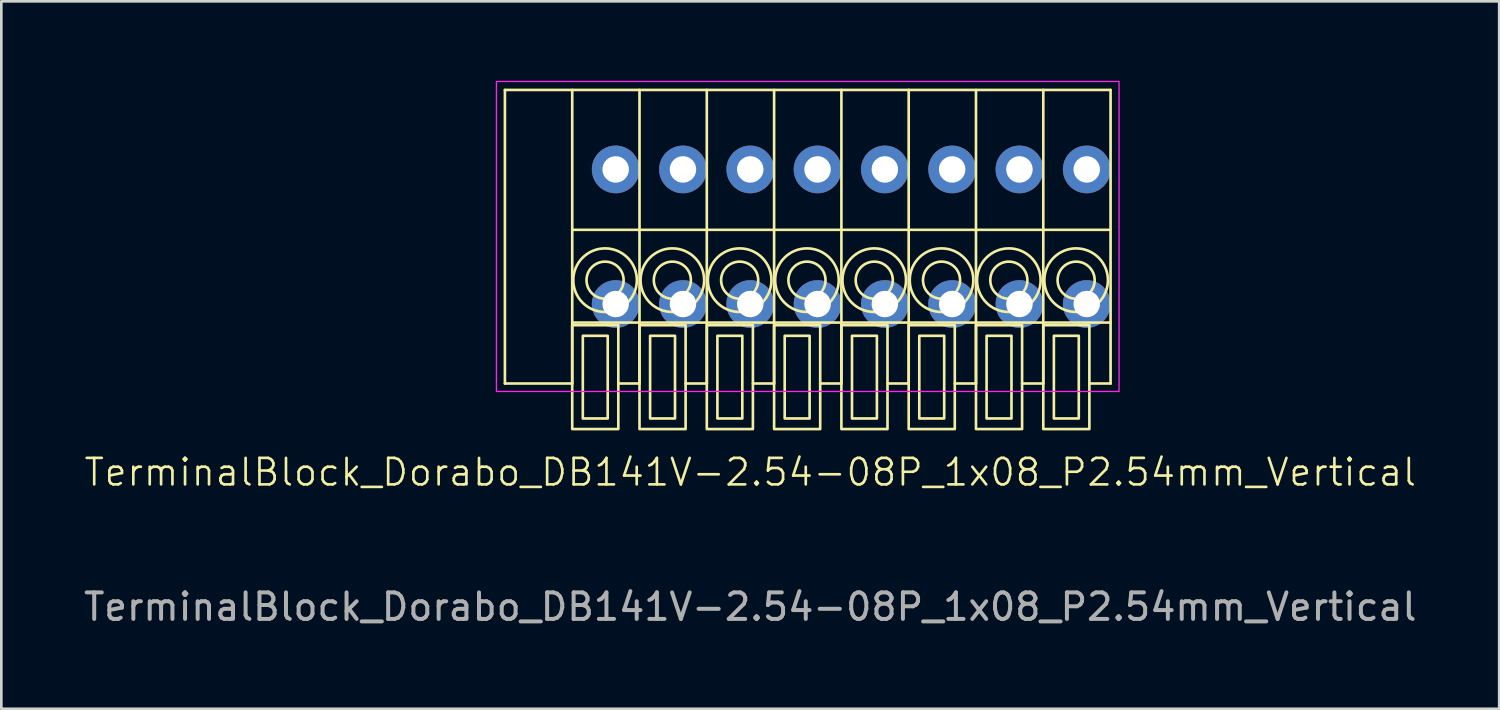
<source format=kicad_pcb>
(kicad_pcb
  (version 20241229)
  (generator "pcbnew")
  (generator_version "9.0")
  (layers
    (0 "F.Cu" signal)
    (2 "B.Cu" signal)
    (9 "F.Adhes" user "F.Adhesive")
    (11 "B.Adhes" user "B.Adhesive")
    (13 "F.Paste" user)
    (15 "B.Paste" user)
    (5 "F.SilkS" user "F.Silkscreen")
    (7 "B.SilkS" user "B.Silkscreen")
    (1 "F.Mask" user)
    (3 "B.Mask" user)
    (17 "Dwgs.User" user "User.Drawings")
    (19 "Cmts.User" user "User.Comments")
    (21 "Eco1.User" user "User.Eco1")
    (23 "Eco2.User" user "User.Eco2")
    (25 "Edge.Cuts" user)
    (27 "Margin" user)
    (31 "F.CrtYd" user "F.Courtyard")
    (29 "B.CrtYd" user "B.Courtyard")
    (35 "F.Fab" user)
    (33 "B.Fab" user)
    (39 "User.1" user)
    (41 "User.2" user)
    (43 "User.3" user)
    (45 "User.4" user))
  (footprint "TerminalBlock_Dorabo_DB141V-2.54-08P_1x08_P2.54mm_Vertical"
    (layer "F.Cu")
    (at 20.188 8.425)
    (property "Reference" "TerminalBlock_Dorabo_DB141V-2.54-08P_1x08_P2.54mm_Vertical" (at 5.08 6.35 0) (unlocked yes) (layer "F.SilkS") (effects (font (size 1 1) (thickness 0.1))))
    (attr through_hole)
    (fp_line (start -4.18 -8.08) (end 18.68 -8.08) (stroke (width 0.1) (type default)) (layer "F.SilkS"))
    (fp_line (start -4.18 3) (end -4.18 -8.08) (stroke (width 0.1) (type default)) (layer "F.SilkS"))
    (fp_line (start -4.18 3) (end -1.64 3) (stroke (width 0.1) (type default)) (layer "F.SilkS"))
    (fp_line (start -1.64 -8.08) (end -1.64 3) (stroke (width 0.1) (type default)) (layer "F.SilkS"))
    (fp_line (start -1.64 -2.8) (end 18.68 -2.8) (stroke (width 0.1) (type default)) (layer "F.SilkS"))
    (fp_line (start -1.64 0.7) (end 18.68 0.7) (stroke (width 0.1) (type default)) (layer "F.SilkS"))
    (fp_line (start 0.1 3) (end 0.9 3) (stroke (width 0.1) (type default)) (layer "F.SilkS"))
    (fp_line (start 0.9 -8.08) (end 0.9 3) (stroke (width 0.1) (type default)) (layer "F.SilkS"))
    (fp_line (start 2.64 3) (end 3.44 3) (stroke (width 0.1) (type default)) (layer "F.SilkS"))
    (fp_line (start 3.44 -8.08) (end 3.44 3) (stroke (width 0.1) (type default)) (layer "F.SilkS"))
    (fp_line (start 5.18 3) (end 5.98 3) (stroke (width 0.1) (type default)) (layer "F.SilkS"))
    (fp_line (start 5.98 -8.08) (end 5.98 3) (stroke (width 0.1) (type default)) (layer "F.SilkS"))
    (fp_line (start 7.72 3) (end 8.52 3) (stroke (width 0.1) (type default)) (layer "F.SilkS"))
    (fp_line (start 8.52 -8.08) (end 8.52 3) (stroke (width 0.1) (type default)) (layer "F.SilkS"))
    (fp_line (start 10.26 3) (end 11.06 3) (stroke (width 0.1) (type default)) (layer "F.SilkS"))
    (fp_line (start 11.06 -8.08) (end 11.06 3) (stroke (width 0.1) (type default)) (layer "F.SilkS"))
    (fp_line (start 12.8 3) (end 13.6 3) (stroke (width 0.1) (type default)) (layer "F.SilkS"))
    (fp_line (start 13.6 -8.08) (end 13.6 3) (stroke (width 0.1) (type default)) (layer "F.SilkS"))
    (fp_line (start 15.34 3) (end 16.14 3) (stroke (width 0.1) (type default)) (layer "F.SilkS"))
    (fp_line (start 16.14 -8.08) (end 16.14 3) (stroke (width 0.1) (type default)) (layer "F.SilkS"))
    (fp_line (start 17.88 3) (end 18.68 3) (stroke (width 0.1) (type default)) (layer "F.SilkS"))
    (fp_line (start 18.68 -8.08) (end 18.68 3) (stroke (width 0.1) (type default)) (layer "F.SilkS"))
    (fp_rect (start -1.64 0.8) (end 0.1 4.72) (stroke (width 0.1) (type default)) (fill no) (layer "F.SilkS"))
    (fp_rect (start -1.24 1.2) (end -0.3 4.32) (stroke (width 0.1) (type default)) (fill no) (layer "F.SilkS"))
    (fp_rect (start 0.9 0.8) (end 2.64 4.72) (stroke (width 0.1) (type default)) (fill no) (layer "F.SilkS"))
    (fp_rect (start 1.3 1.2) (end 2.24 4.32) (stroke (width 0.1) (type default)) (fill no) (layer "F.SilkS"))
    (fp_rect (start 3.44 0.8) (end 5.18 4.72) (stroke (width 0.1) (type default)) (fill no) (layer "F.SilkS"))
    (fp_rect (start 3.84 1.2) (end 4.78 4.32) (stroke (width 0.1) (type default)) (fill no) (layer "F.SilkS"))
    (fp_rect (start 5.98 0.8) (end 7.72 4.72) (stroke (width 0.1) (type default)) (fill no) (layer "F.SilkS"))
    (fp_rect (start 6.38 1.2) (end 7.32 4.32) (stroke (width 0.1) (type default)) (fill no) (layer "F.SilkS"))
    (fp_rect (start 8.52 0.8) (end 10.26 4.72) (stroke (width 0.1) (type default)) (fill no) (layer "F.SilkS"))
    (fp_rect (start 8.92 1.2) (end 9.86 4.32) (stroke (width 0.1) (type default)) (fill no) (layer "F.SilkS"))
    (fp_rect (start 11.06 0.8) (end 12.8 4.72) (stroke (width 0.1) (type default)) (fill no) (layer "F.SilkS"))
    (fp_rect (start 11.46 1.2) (end 12.4 4.32) (stroke (width 0.1) (type default)) (fill no) (layer "F.SilkS"))
    (fp_rect (start 13.6 0.8) (end 15.34 4.72) (stroke (width 0.1) (type default)) (fill no) (layer "F.SilkS"))
    (fp_rect (start 14 1.2) (end 14.94 4.32) (stroke (width 0.1) (type default)) (fill no) (layer "F.SilkS"))
    (fp_rect (start 16.14 0.8) (end 17.88 4.72) (stroke (width 0.1) (type default)) (fill no) (layer "F.SilkS"))
    (fp_rect (start 16.54 1.2) (end 17.48 4.32) (stroke (width 0.1) (type default)) (fill no) (layer "F.SilkS"))
    (fp_circle (center -0.4 -0.9) (end 0.3 -0.9) (stroke (width 0.1) (type default)) (fill no) (layer "F.SilkS"))
    (fp_circle (center -0.4 -0.9) (end 0.8 -0.9) (stroke (width 0.1) (type default)) (fill no) (layer "F.SilkS"))
    (fp_circle (center 2.14 -0.9) (end 2.84 -0.9) (stroke (width 0.1) (type default)) (fill no) (layer "F.SilkS"))
    (fp_circle (center 2.14 -0.9) (end 3.34 -0.9) (stroke (width 0.1) (type default)) (fill no) (layer "F.SilkS"))
    (fp_circle (center 4.68 -0.9) (end 5.38 -0.9) (stroke (width 0.1) (type default)) (fill no) (layer "F.SilkS"))
    (fp_circle (center 4.68 -0.9) (end 5.88 -0.9) (stroke (width 0.1) (type default)) (fill no) (layer "F.SilkS"))
    (fp_circle (center 7.22 -0.9) (end 7.92 -0.9) (stroke (width 0.1) (type default)) (fill no) (layer "F.SilkS"))
    (fp_circle (center 7.22 -0.9) (end 8.42 -0.9) (stroke (width 0.1) (type default)) (fill no) (layer "F.SilkS"))
    (fp_circle (center 9.76 -0.9) (end 10.46 -0.9) (stroke (width 0.1) (type default)) (fill no) (layer "F.SilkS"))
    (fp_circle (center 9.76 -0.9) (end 10.96 -0.9) (stroke (width 0.1) (type default)) (fill no) (layer "F.SilkS"))
    (fp_circle (center 12.3 -0.9) (end 13 -0.9) (stroke (width 0.1) (type default)) (fill no) (layer "F.SilkS"))
    (fp_circle (center 12.3 -0.9) (end 13.5 -0.9) (stroke (width 0.1) (type default)) (fill no) (layer "F.SilkS"))
    (fp_circle (center 14.84 -0.9) (end 15.54 -0.9) (stroke (width 0.1) (type default)) (fill no) (layer "F.SilkS"))
    (fp_circle (center 14.84 -0.9) (end 16.04 -0.9) (stroke (width 0.1) (type default)) (fill no) (layer "F.SilkS"))
    (fp_circle (center 17.38 -0.9) (end 18.08 -0.9) (stroke (width 0.1) (type default)) (fill no) (layer "F.SilkS"))
    (fp_circle (center 17.38 -0.9) (end 18.58 -0.9) (stroke (width 0.1) (type default)) (fill no) (layer "F.SilkS"))
    (fp_rect (start -4.5 -8.4) (end 19 3.3) (stroke (width 0.05) (type default)) (fill no) (layer "F.CrtYd"))
    (fp_text user "${REFERENCE}" (at 5.08 11.43 0) (unlocked yes) (layer "F.Fab") (effects (font (size 1 1) (thickness 0.15))))
    (pad "1" thru_hole circle (at 0 -5.08) (size 1.8 1.8) (drill 1) (layers "*.Cu" "*.Mask"))
    (pad "1" thru_hole circle (at 0 0) (size 1.8 1.8) (drill 1) (layers "*.Cu" "*.Mask"))
    (pad "2" thru_hole circle (at 2.54 -5.08) (size 1.8 1.8) (drill 1) (layers "*.Cu" "*.Mask"))
    (pad "2" thru_hole circle (at 2.54 0) (size 1.8 1.8) (drill 1) (layers "*.Cu" "*.Mask"))
    (pad "3" thru_hole circle (at 5.08 -5.08) (size 1.8 1.8) (drill 1) (layers "*.Cu" "*.Mask"))
    (pad "3" thru_hole circle (at 5.08 0) (size 1.8 1.8) (drill 1) (layers "*.Cu" "*.Mask"))
    (pad "4" thru_hole circle (at 7.62 -5.08) (size 1.8 1.8) (drill 1) (layers "*.Cu" "*.Mask"))
    (pad "4" thru_hole circle (at 7.62 0) (size 1.8 1.8) (drill 1) (layers "*.Cu" "*.Mask"))
    (pad "5" thru_hole circle (at 10.16 -5.08) (size 1.8 1.8) (drill 1) (layers "*.Cu" "*.Mask"))
    (pad "5" thru_hole circle (at 10.16 0) (size 1.8 1.8) (drill 1) (layers "*.Cu" "*.Mask"))
    (pad "6" thru_hole circle (at 12.7 -5.08) (size 1.8 1.8) (drill 1) (layers "*.Cu" "*.Mask"))
    (pad "6" thru_hole circle (at 12.7 0) (size 1.8 1.8) (drill 1) (layers "*.Cu" "*.Mask"))
    (pad "7" thru_hole circle (at 15.24 -5.08) (size 1.8 1.8) (drill 1) (layers "*.Cu" "*.Mask"))
    (pad "7" thru_hole circle (at 15.24 0) (size 1.8 1.8) (drill 1) (layers "*.Cu" "*.Mask"))
    (pad "8" thru_hole circle (at 17.78 -5.08) (size 1.8 1.8) (drill 1) (layers "*.Cu" "*.Mask"))
    (pad "8" thru_hole circle (at 17.78 0) (size 1.8 1.8) (drill 1) (layers "*.Cu" "*.Mask")))
  (gr_rect
    (start -3 -3)
    (end 53.536 23.703)
    (stroke (width 0.1) (type default))
    (fill no)
    (layer "Edge.Cuts")))
</source>
